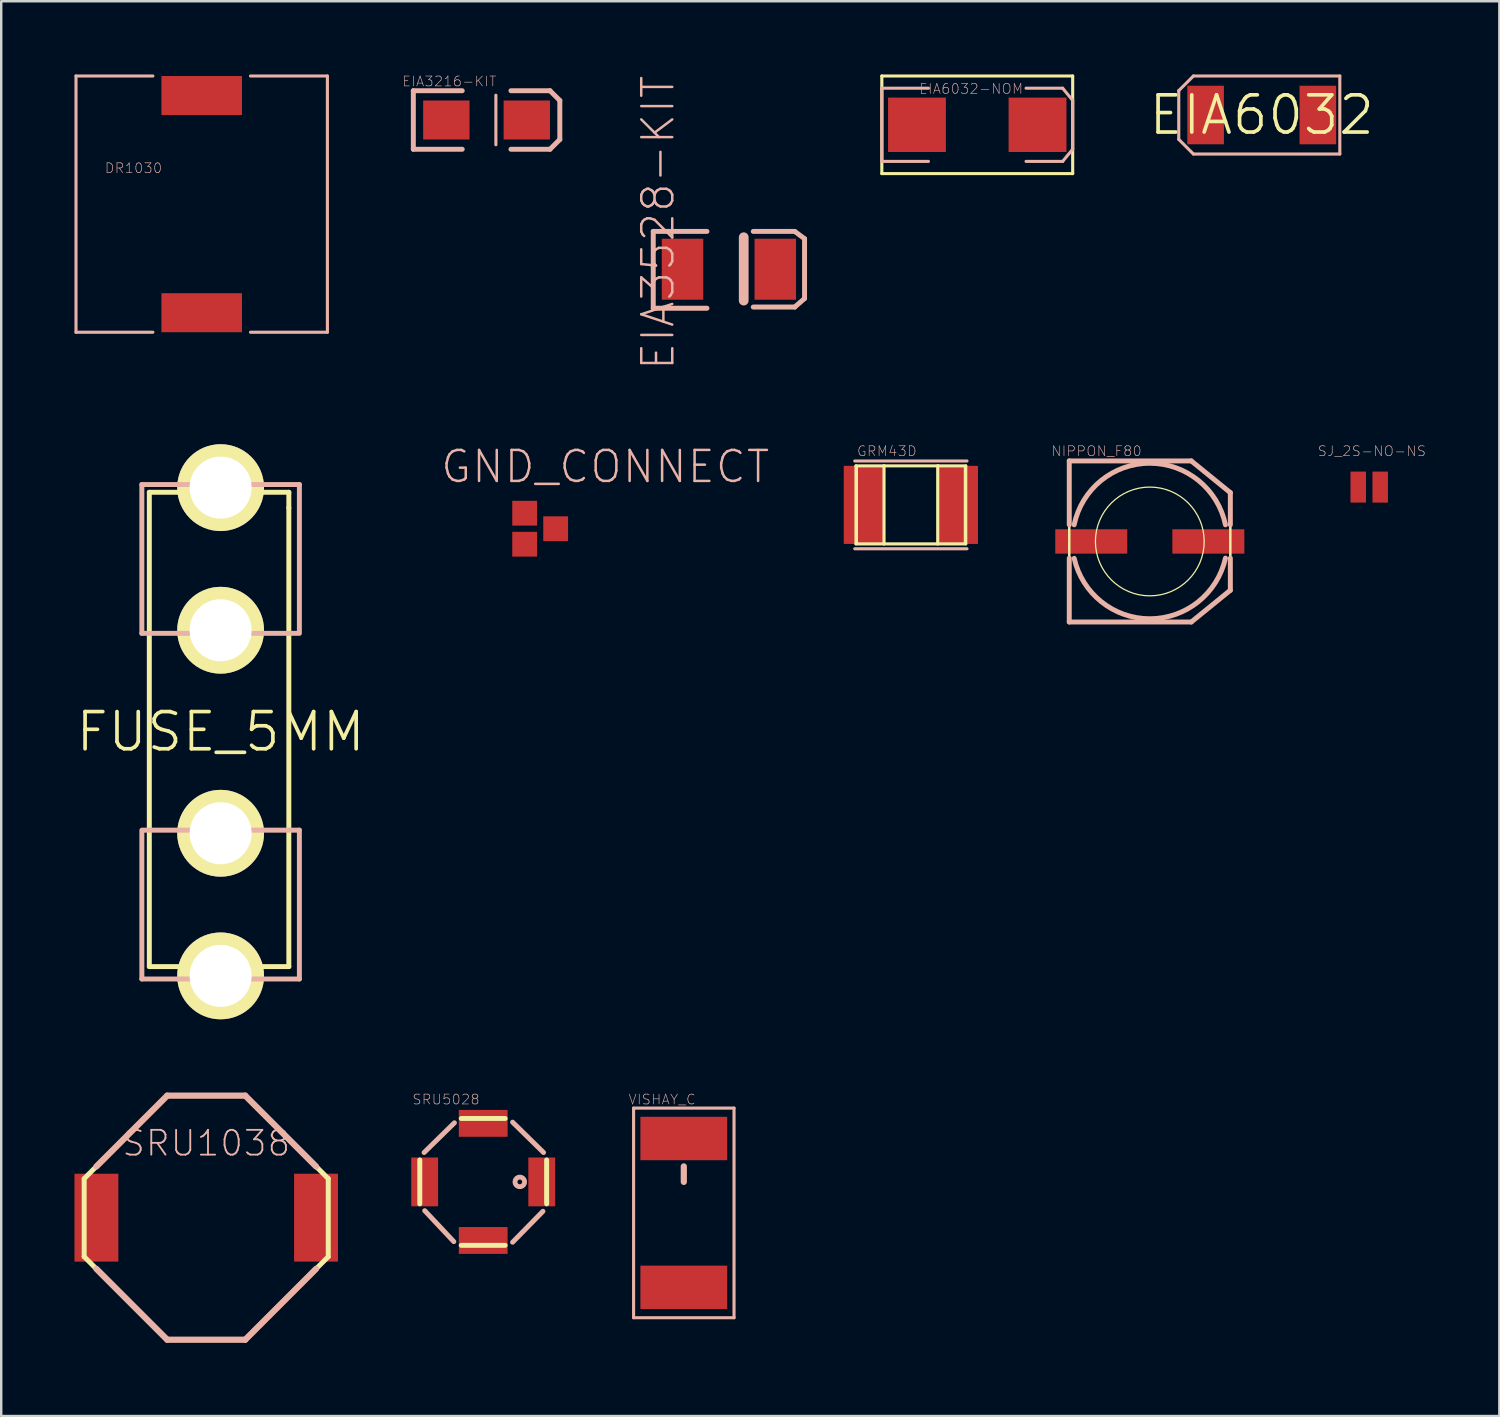
<source format=kicad_pcb>
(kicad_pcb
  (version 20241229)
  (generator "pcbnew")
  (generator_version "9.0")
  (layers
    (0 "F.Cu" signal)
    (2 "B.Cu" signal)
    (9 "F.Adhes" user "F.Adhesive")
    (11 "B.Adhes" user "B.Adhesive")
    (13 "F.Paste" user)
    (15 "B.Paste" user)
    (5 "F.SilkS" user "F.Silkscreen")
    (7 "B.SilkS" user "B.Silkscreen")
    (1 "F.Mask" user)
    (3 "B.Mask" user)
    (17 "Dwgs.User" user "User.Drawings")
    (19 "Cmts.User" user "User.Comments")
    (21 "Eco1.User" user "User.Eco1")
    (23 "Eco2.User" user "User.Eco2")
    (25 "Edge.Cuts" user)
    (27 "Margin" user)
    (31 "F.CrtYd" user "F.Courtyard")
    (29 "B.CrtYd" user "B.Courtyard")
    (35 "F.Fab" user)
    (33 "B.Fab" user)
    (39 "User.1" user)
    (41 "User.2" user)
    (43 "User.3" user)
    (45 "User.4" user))
  (footprint "DR1030"
    (layer "F.Cu")
    (at 5.212 5.311)
    (property "Reference" "DR1030" (at -2.794 -1.473 0) (layer "B.SilkS") (effects (font (size 0.406 0.406) (thickness 0.025))))
    (attr smd)
    (fp_line (start -5.149 -5.248) (end -1.999 -5.248) (stroke (width 0.127) (type solid)) (layer "B.SilkS"))
    (fp_line (start -5.149 5.248) (end -5.149 -5.248) (stroke (width 0.127) (type solid)) (layer "B.SilkS"))
    (fp_line (start -5.149 5.248) (end -1.999 5.248) (stroke (width 0.127) (type solid)) (layer "B.SilkS"))
    (fp_line (start 5.149 -5.248) (end 1.999 -5.248) (stroke (width 0.127) (type solid)) (layer "B.SilkS"))
    (fp_line (start 5.149 -5.248) (end 5.149 5.248) (stroke (width 0.127) (type solid)) (layer "B.SilkS"))
    (fp_line (start 5.149 5.248) (end 1.999 5.248) (stroke (width 0.127) (type solid)) (layer "B.SilkS"))
    (pad "1" smd rect (at 0 -4.448) (size 3.299 1.598) (layers "F.Cu" "F.Mask" "F.Paste"))
    (pad "2" smd rect (at 0 4.448) (size 3.299 1.598) (layers "F.Cu" "F.Mask" "F.Paste")))
  (footprint "GRM43D"
    (layer "F.Cu")
    (at 34.261 17.631)
    (property "Reference" "GRM43D" (at -0.983 -2.202 0) (layer "B.SilkS") (effects (font (size 0.406 0.406) (thickness 0.025))))
    (attr smd)
    (fp_line (start -2.248 -1.598) (end -2.248 1.598) (stroke (width 0.127) (type solid)) (layer "F.SilkS"))
    (fp_line (start -2.248 1.598) (end -1.1 1.598) (stroke (width 0.127) (type solid)) (layer "F.SilkS"))
    (fp_line (start -2.2 -1.598) (end -1.1 -1.598) (stroke (width 0.066) (type solid)) (layer "F.SilkS"))
    (fp_line (start -2.2 1.598) (end -2.2 -1.598) (stroke (width 0.066) (type solid)) (layer "F.SilkS"))
    (fp_line (start -2.2 1.598) (end -1.1 1.598) (stroke (width 0.066) (type solid)) (layer "F.SilkS"))
    (fp_line (start -1.1 -1.598) (end -2.248 -1.598) (stroke (width 0.127) (type solid)) (layer "F.SilkS"))
    (fp_line (start -1.1 -1.598) (end -1.1 1.598) (stroke (width 0.127) (type solid)) (layer "F.SilkS"))
    (fp_line (start -1.1 1.598) (end -1.1 -1.598) (stroke (width 0.066) (type solid)) (layer "F.SilkS"))
    (fp_line (start -1.1 1.598) (end 1.1 1.598) (stroke (width 0.127) (type solid)) (layer "F.SilkS"))
    (fp_line (start 1.1 -1.598) (end -1.1 -1.598) (stroke (width 0.127) (type solid)) (layer "F.SilkS"))
    (fp_line (start 1.1 -1.598) (end 1.1 1.598) (stroke (width 0.127) (type solid)) (layer "F.SilkS"))
    (fp_line (start 1.1 -1.598) (end 2.2 -1.598) (stroke (width 0.066) (type solid)) (layer "F.SilkS"))
    (fp_line (start 1.1 1.598) (end 1.1 -1.598) (stroke (width 0.066) (type solid)) (layer "F.SilkS"))
    (fp_line (start 1.1 1.598) (end 2.2 1.598) (stroke (width 0.066) (type solid)) (layer "F.SilkS"))
    (fp_line (start 1.1 1.598) (end 2.248 1.598) (stroke (width 0.127) (type solid)) (layer "F.SilkS"))
    (fp_line (start 2.2 1.598) (end 2.2 -1.598) (stroke (width 0.066) (type solid)) (layer "F.SilkS"))
    (fp_line (start 2.248 -1.598) (end 1.1 -1.598) (stroke (width 0.127) (type solid)) (layer "F.SilkS"))
    (fp_line (start 2.248 1.598) (end 2.248 -1.598) (stroke (width 0.127) (type solid)) (layer "F.SilkS"))
    (fp_line (start -2.299 -1.798) (end 2.299 -1.798) (stroke (width 0.127) (type solid)) (layer "B.SilkS"))
    (fp_line (start -2.299 1.798) (end 2.299 1.798) (stroke (width 0.127) (type solid)) (layer "B.SilkS"))
    (pad "A" smd rect (at 1.925 0 90) (size 3.198 1.648) (layers "F.Cu" "F.Mask" "F.Paste"))
    (pad "C" smd rect (at -1.925 0 90) (size 3.198 1.648) (layers "F.Cu" "F.Mask" "F.Paste")))
  (footprint "NIPPON_F80"
    (layer "F.Cu")
    (at 44.048 19.129)
    (property "Reference" "NIPPON_F80" (at -2.182 -3.701 0) (layer "B.SilkS") (effects (font (size 0.406 0.406) (thickness 0.025))))
    (attr smd)
    (fp_line (start -3.299 -3.299) (end -3.299 3.299) (stroke (width 0.102) (type solid)) (layer "F.SilkS"))
    (fp_line (start -3.299 -3.299) (end 1.699 -3.299) (stroke (width 0.102) (type solid)) (layer "F.SilkS"))
    (fp_line (start 1.699 -3.299) (end 3.299 -1.999) (stroke (width 0.102) (type solid)) (layer "F.SilkS"))
    (fp_line (start 1.699 3.299) (end -3.299 3.299) (stroke (width 0.102) (type solid)) (layer "F.SilkS"))
    (fp_line (start 3.299 -1.999) (end 3.299 1.999) (stroke (width 0.102) (type solid)) (layer "F.SilkS"))
    (fp_line (start 3.299 1.999) (end 1.699 3.299) (stroke (width 0.102) (type solid)) (layer "F.SilkS"))
    (fp_circle (center 0 0) (end -1.575 1.575) (stroke (width 0.051) (type solid)) (fill no) (layer "F.SilkS"))
    (fp_line (start -3.299 -3.299) (end -3.299 -0.683) (stroke (width 0.203) (type solid)) (layer "B.SilkS"))
    (fp_line (start -3.299 -3.299) (end 1.699 -3.299) (stroke (width 0.203) (type solid)) (layer "B.SilkS"))
    (fp_line (start -3.299 3.299) (end -3.299 0.683) (stroke (width 0.203) (type solid)) (layer "B.SilkS"))
    (fp_line (start 1.699 -3.299) (end 3.299 -1.999) (stroke (width 0.203) (type solid)) (layer "B.SilkS"))
    (fp_line (start 1.699 3.299) (end -3.299 3.299) (stroke (width 0.203) (type solid)) (layer "B.SilkS"))
    (fp_line (start 3.299 -1.999) (end 3.299 -0.683) (stroke (width 0.203) (type solid)) (layer "B.SilkS"))
    (fp_line (start 3.299 1.999) (end 1.699 3.299) (stroke (width 0.203) (type solid)) (layer "B.SilkS"))
    (fp_line (start 3.299 1.999) (end 3.299 0.683) (stroke (width 0.203) (type solid)) (layer "B.SilkS"))
    (fp_arc (start -3.0988 -0.68326) (mid 0.000596 -3.203348) (end 3.099043 -0.682093) (stroke (width 0.2032) (type solid)) (layer "B.SilkS"))
    (fp_arc (start 3.0988 0.68326) (mid 0.004512 3.167259) (end -3.096824 0.692064) (stroke (width 0.2032) (type solid)) (layer "B.SilkS"))
    (pad "+" smd rect (at 2.398 0) (size 2.949 0.998) (layers "F.Cu" "F.Mask" "F.Paste"))
    (pad "-" smd rect (at -2.398 0) (size 2.949 0.998) (layers "F.Cu" "F.Mask" "F.Paste")))
  (footprint "EIA6032"
    (layer "F.Cu")
    (at 48.633 1.661)
    (property "Reference" "EIA6032" (at 0 0 0) (layer "F.SilkS") (effects (font (size 1.524 1.524) (thickness 0.15))))
    (attr smd)
    (fp_line (start -3.399 -0.998) (end -3.399 0.998) (stroke (width 0.127) (type solid)) (layer "B.SilkS"))
    (fp_line (start -2.799 -1.598) (end -3.399 -0.998) (stroke (width 0.127) (type solid)) (layer "B.SilkS"))
    (fp_line (start -2.799 1.598) (end -3.399 0.998) (stroke (width 0.127) (type solid)) (layer "B.SilkS"))
    (fp_line (start -2.799 1.598) (end 3.198 1.598) (stroke (width 0.127) (type solid)) (layer "B.SilkS"))
    (fp_line (start 3.198 -1.598) (end -2.799 -1.598) (stroke (width 0.127) (type solid)) (layer "B.SilkS"))
    (fp_line (start 3.198 1.598) (end 3.198 -1.598) (stroke (width 0.127) (type solid)) (layer "B.SilkS"))
    (pad "P$1" smd rect (at -2.299 0) (size 1.499 2.398) (layers "F.Cu" "F.Mask" "F.Paste"))
    (pad "P$2" smd rect (at 2.299 0) (size 1.499 2.398) (layers "F.Cu" "F.Mask" "F.Paste")))
  (footprint "EIA3528-KIT"
    (layer "F.Cu")
    (at 26.807 7.978)
    (property "Reference" "EIA3528-KIT" (at -2.903 -1.905 90) (layer "B.SilkS") (effects (font (size 1.27 1.27) (thickness 0.102))))
    (attr smd)
    (fp_line (start -3.099 -1.549) (end -0.899 -1.549) (stroke (width 0.203) (type solid)) (layer "B.SilkS"))
    (fp_line (start -3.099 1.598) (end -3.099 -1.549) (stroke (width 0.203) (type solid)) (layer "B.SilkS"))
    (fp_line (start -0.899 1.598) (end -3.099 1.598) (stroke (width 0.203) (type solid)) (layer "B.SilkS"))
    (fp_line (start 0.607 -1.311) (end 0.607 1.285) (stroke (width 0.399) (type solid)) (layer "B.SilkS"))
    (fp_line (start 0.998 1.549) (end 2.697 1.549) (stroke (width 0.203) (type solid)) (layer "B.SilkS"))
    (fp_line (start 2.697 -1.549) (end 0.998 -1.549) (stroke (width 0.203) (type solid)) (layer "B.SilkS"))
    (fp_line (start 2.697 1.549) (end 3.099 1.199) (stroke (width 0.203) (type solid)) (layer "B.SilkS"))
    (fp_line (start 3.099 -1.25) (end 2.697 -1.549) (stroke (width 0.203) (type solid)) (layer "B.SilkS"))
    (fp_line (start 3.099 1.199) (end 3.099 -1.25) (stroke (width 0.203) (type solid)) (layer "B.SilkS"))
    (pad "A" smd rect (at 1.9 0) (size 1.699 2.499) (layers "F.Cu" "F.Mask" "F.Paste"))
    (pad "C" smd rect (at -1.9 0) (size 1.699 2.499) (layers "F.Cu" "F.Mask" "F.Paste")))
  (footprint "GND_CONNECT"
    (layer "F.Cu")
    (at 19.457 17.972)
    (property "Reference" "GND_CONNECT" (at 2.286 -1.905 0) (layer "B.SilkS") (effects (font (size 1.27 1.27) (thickness 0.102))))
    (attr smd)
    (pad "1" smd rect (at -1.016 0) (size 1.016 1.016) (layers "F.Cu" "F.Mask" "F.Paste"))
    (pad "2" smd rect (at -1.016 1.27) (size 1.016 1.016) (layers "F.Cu" "F.Mask" "F.Paste"))
    (pad "3" smd rect (at 0.254 0.635) (size 1.016 1.016) (layers "F.Cu" "F.Mask" "F.Paste")))
  (footprint "EIA6032-NOM"
    (layer "F.Cu")
    (at 36.98 2.062)
    (property "Reference" "EIA6032-NOM" (at -0.254 -1.473 0) (layer "B.SilkS") (effects (font (size 0.406 0.406) (thickness 0.025))))
    (attr smd)
    (fp_line (start -3.909 -1.999) (end 3.909 -1.999) (stroke (width 0.127) (type solid)) (layer "F.SilkS"))
    (fp_line (start -3.909 1.999) (end -3.909 -1.999) (stroke (width 0.127) (type solid)) (layer "F.SilkS"))
    (fp_line (start 3.909 -1.999) (end 3.909 1.999) (stroke (width 0.127) (type solid)) (layer "F.SilkS"))
    (fp_line (start 3.909 1.999) (end -3.909 1.999) (stroke (width 0.127) (type solid)) (layer "F.SilkS"))
    (fp_line (start -3.909 -1.499) (end -3.909 1.499) (stroke (width 0.127) (type solid)) (layer "B.SilkS"))
    (fp_line (start -3.909 -1.499) (end -1.999 -1.499) (stroke (width 0.127) (type solid)) (layer "B.SilkS"))
    (fp_line (start -3.909 1.499) (end -1.999 1.499) (stroke (width 0.127) (type solid)) (layer "B.SilkS"))
    (fp_line (start 1.999 -1.499) (end 3.498 -1.499) (stroke (width 0.127) (type solid)) (layer "B.SilkS"))
    (fp_line (start 3.498 -1.499) (end 3.909 -0.998) (stroke (width 0.127) (type solid)) (layer "B.SilkS"))
    (fp_line (start 3.498 1.499) (end 1.999 1.499) (stroke (width 0.127) (type solid)) (layer "B.SilkS"))
    (fp_line (start 3.909 -0.998) (end 3.909 0.998) (stroke (width 0.127) (type solid)) (layer "B.SilkS"))
    (fp_line (start 3.909 0.998) (end 3.498 1.499) (stroke (width 0.127) (type solid)) (layer "B.SilkS"))
    (pad "A" smd rect (at 2.469 0 180) (size 2.37 2.228) (layers "F.Cu" "F.Mask" "F.Paste"))
    (pad "C" smd rect (at -2.469 0 180) (size 2.37 2.228) (layers "F.Cu" "F.Mask" "F.Paste")))
  (footprint "VISHAY_C"
    (layer "F.Cu")
    (at 24.96 46.633)
    (property "Reference" "VISHAY_C" (at -0.889 -4.648 0) (layer "B.SilkS") (effects (font (size 0.406 0.406) (thickness 0.025))))
    (attr smd)
    (fp_line (start -2.057 -4.293) (end -2.057 4.293) (stroke (width 0.127) (type solid)) (layer "B.SilkS"))
    (fp_line (start -2.057 4.293) (end 2.057 4.293) (stroke (width 0.127) (type solid)) (layer "B.SilkS"))
    (fp_line (start 0 -1.27) (end 0 -1.905) (stroke (width 0.254) (type solid)) (layer "B.SilkS"))
    (fp_line (start 2.057 -4.293) (end -2.057 -4.293) (stroke (width 0.127) (type solid)) (layer "B.SilkS"))
    (fp_line (start 2.057 4.293) (end 2.057 -4.293) (stroke (width 0.127) (type solid)) (layer "B.SilkS"))
    (pad "+" smd rect (at 0 -3.048) (size 3.556 1.778) (layers "F.Cu" "F.Mask" "F.Paste"))
    (pad "-" smd rect (at 0 3.048) (size 3.556 1.778) (layers "F.Cu" "F.Mask" "F.Paste")))
  (footprint "FUSE_5MM"
    (layer "F.Cu")
    (at 5.987 26.924)
    (property "Reference" "FUSE_5MM" (at 0 0 0) (layer "F.SilkS") (effects (font (size 1.524 1.524) (thickness 0.15))))
    (attr exclude_from_pos_files exclude_from_bom)
    (fp_line (start -2.921 -9.809) (end -2.921 9.619) (stroke (width 0.203) (type solid)) (layer "F.SilkS"))
    (fp_line (start -2.921 9.619) (end 0.254 9.619) (stroke (width 0.203) (type solid)) (layer "F.SilkS"))
    (fp_line (start 0.254 9.619) (end 2.794 9.619) (stroke (width 0.203) (type solid)) (layer "F.SilkS"))
    (fp_line (start 2.794 -9.809) (end -2.921 -9.809) (stroke (width 0.203) (type solid)) (layer "F.SilkS"))
    (fp_line (start 2.794 -9.174) (end 2.794 -9.809) (stroke (width 0.203) (type solid)) (layer "F.SilkS"))
    (fp_line (start 2.794 9.619) (end 2.794 -9.174) (stroke (width 0.203) (type solid)) (layer "F.SilkS"))
    (fp_line (start -3.226 -10.127) (end -3.226 -4.031) (stroke (width 0.203) (type solid)) (layer "B.SilkS"))
    (fp_line (start -3.226 -4.031) (end 3.226 -4.031) (stroke (width 0.203) (type solid)) (layer "B.SilkS"))
    (fp_line (start -3.226 10.127) (end -3.226 4.107) (stroke (width 0.203) (type solid)) (layer "B.SilkS"))
    (fp_line (start -3.226 10.127) (end 3.226 10.127) (stroke (width 0.203) (type solid)) (layer "B.SilkS"))
    (fp_line (start 3.226 -10.127) (end -3.226 -10.127) (stroke (width 0.203) (type solid)) (layer "B.SilkS"))
    (fp_line (start 3.226 -10.127) (end 3.226 -4.107) (stroke (width 0.203) (type solid)) (layer "B.SilkS"))
    (fp_line (start 3.226 4.031) (end -3.226 4.031) (stroke (width 0.203) (type solid)) (layer "B.SilkS"))
    (fp_line (start 3.226 10.127) (end 3.226 4.031) (stroke (width 0.203) (type solid)) (layer "B.SilkS"))
    (pad "1" thru_hole circle (at 0 10) (size 3.556 3.556) (drill 2.54) (layers "*.Cu" "F.Mask" "F.SilkS" "F.Paste"))
    (pad "2" thru_hole circle (at 0 4.158) (size 3.556 3.556) (drill 2.54) (layers "*.Cu" "F.Mask" "F.SilkS" "F.Paste"))
    (pad "3" thru_hole circle (at 0 -4.158) (size 3.556 3.556) (drill 2.54) (layers "*.Cu" "F.Mask" "F.SilkS" "F.Paste"))
    (pad "4" thru_hole circle (at 0 -10) (size 3.556 3.556) (drill 2.54) (layers "*.Cu" "F.Mask" "F.SilkS" "F.Paste")))
  (footprint "SRU5028"
    (layer "F.Cu")
    (at 16.743 45.363)
    (property "Reference" "SRU5028" (at -1.524 -3.378 0) (layer "B.SilkS") (effects (font (size 0.406 0.406) (thickness 0.025))))
    (attr smd)
    (fp_line (start -2.598 -0.899) (end -2.598 0.899) (stroke (width 0.203) (type solid)) (layer "F.SilkS"))
    (fp_line (start -0.899 2.598) (end 0.899 2.598) (stroke (width 0.203) (type solid)) (layer "F.SilkS"))
    (fp_line (start 0.899 -2.598) (end -0.899 -2.598) (stroke (width 0.203) (type solid)) (layer "F.SilkS"))
    (fp_line (start 2.598 0.899) (end 2.598 -0.899) (stroke (width 0.203) (type solid)) (layer "F.SilkS"))
    (fp_line (start -2.395 1.179) (end -1.204 2.446) (stroke (width 0.203) (type solid)) (layer "B.SilkS"))
    (fp_line (start -1.179 -2.421) (end -2.421 -1.204) (stroke (width 0.203) (type solid)) (layer "B.SilkS"))
    (fp_line (start 1.204 2.471) (end 2.446 1.204) (stroke (width 0.203) (type solid)) (layer "B.SilkS"))
    (fp_line (start 2.471 -1.204) (end 1.204 -2.446) (stroke (width 0.203) (type solid)) (layer "B.SilkS"))
    (fp_circle (center 1.499 0) (end 1.567 0.069) (stroke (width 0.198) (type solid)) (fill no) (layer "B.SilkS"))
    (pad "1" smd rect (at 2.398 0 90) (size 1.999 1.1) (layers "F.Cu" "F.Mask" "F.Paste"))
    (pad "2" smd rect (at -2.398 0 90) (size 1.999 1.1) (layers "F.Cu" "F.Mask" "F.Paste"))
    (pad "P$1" smd rect (at 0 -2.398) (size 1.999 1.1) (layers "F.Cu" "F.Mask" "F.Paste"))
    (pad "P$2" smd rect (at 0 2.398) (size 1.999 1.1) (layers "F.Cu" "F.Mask" "F.Paste")))
  (footprint "SRU1038"
    (layer "F.Cu")
    (at 5.397 46.828)
    (property "Reference" "SRU1038" (at 0 -3.048 0) (layer "B.SilkS") (effects (font (size 1.016 1.016) (thickness 0.076))))
    (attr smd)
    (fp_line (start -4.999 -1.598) (end -1.598 -4.999) (stroke (width 0.203) (type solid)) (layer "F.SilkS"))
    (fp_line (start -4.999 1.598) (end -4.999 -1.598) (stroke (width 0.203) (type solid)) (layer "F.SilkS"))
    (fp_line (start -1.598 -4.999) (end 1.598 -4.999) (stroke (width 0.203) (type solid)) (layer "F.SilkS"))
    (fp_line (start -1.598 4.999) (end -4.999 1.598) (stroke (width 0.203) (type solid)) (layer "F.SilkS"))
    (fp_line (start 1.598 -4.999) (end 4.999 -1.598) (stroke (width 0.203) (type solid)) (layer "F.SilkS"))
    (fp_line (start 1.598 4.999) (end -1.598 4.999) (stroke (width 0.203) (type solid)) (layer "F.SilkS"))
    (fp_line (start 4.999 -1.598) (end 4.999 1.598) (stroke (width 0.203) (type solid)) (layer "F.SilkS"))
    (fp_line (start 4.999 1.598) (end 1.598 4.999) (stroke (width 0.203) (type solid)) (layer "F.SilkS"))
    (fp_line (start -4.498 -2.098) (end -1.598 -4.999) (stroke (width 0.254) (type solid)) (layer "B.SilkS"))
    (fp_line (start -4.498 2.098) (end -1.598 4.999) (stroke (width 0.254) (type solid)) (layer "B.SilkS"))
    (fp_line (start -1.598 -4.999) (end 1.598 -4.999) (stroke (width 0.254) (type solid)) (layer "B.SilkS"))
    (fp_line (start 1.598 -4.999) (end 4.498 -2.098) (stroke (width 0.254) (type solid)) (layer "B.SilkS"))
    (fp_line (start 1.598 4.999) (end -1.598 4.999) (stroke (width 0.254) (type solid)) (layer "B.SilkS"))
    (fp_line (start 1.598 4.999) (end 4.498 2.098) (stroke (width 0.254) (type solid)) (layer "B.SilkS"))
    (pad "1" smd rect (at -4.498 0) (size 1.798 3.599) (layers "F.Cu" "F.Mask" "F.Paste"))
    (pad "2" smd rect (at 4.498 0) (size 1.798 3.599) (layers "F.Cu" "F.Mask" "F.Paste")))
  (footprint "SJ_2S-NO-NS"
    (layer "F.Cu")
    (at 53.036 16.902)
    (property "Reference" "SJ_2S-NO-NS" (at 0.107 -1.473 0) (layer "B.SilkS") (effects (font (size 0.406 0.406) (thickness 0.025))))
    (attr smd)
    (pad "1" smd rect (at -0.45 0) (size 0.635 1.27) (layers "F.Cu" "F.Mask" "F.Paste"))
    (pad "2" smd rect (at 0.45 0) (size 0.635 1.27) (layers "F.Cu" "F.Mask" "F.Paste")))
  (footprint "EIA3216-KIT"
    (layer "F.Cu")
    (at 16.881 1.865)
    (property "Reference" "EIA3216-KIT" (at -1.524 -1.582 0) (layer "B.SilkS") (effects (font (size 0.406 0.406) (thickness 0.025))))
    (attr smd)
    (fp_line (start -3 -1.199) (end -0.998 -1.199) (stroke (width 0.203) (type solid)) (layer "B.SilkS"))
    (fp_line (start -3 1.199) (end -3 -1.199) (stroke (width 0.203) (type solid)) (layer "B.SilkS"))
    (fp_line (start -0.998 1.199) (end -3 1.199) (stroke (width 0.203) (type solid)) (layer "B.SilkS"))
    (fp_line (start 0.381 -1.016) (end 0.381 1.016) (stroke (width 0.127) (type solid)) (layer "B.SilkS"))
    (fp_line (start 0.998 1.199) (end 2.598 1.199) (stroke (width 0.203) (type solid)) (layer "B.SilkS"))
    (fp_line (start 2.598 -1.199) (end 0.998 -1.199) (stroke (width 0.203) (type solid)) (layer "B.SilkS"))
    (fp_line (start 2.598 1.199) (end 3 0.798) (stroke (width 0.203) (type solid)) (layer "B.SilkS"))
    (fp_line (start 3 -0.798) (end 2.598 -1.199) (stroke (width 0.203) (type solid)) (layer "B.SilkS"))
    (fp_line (start 3 0.798) (end 3 -0.798) (stroke (width 0.203) (type solid)) (layer "B.SilkS"))
    (pad "A" smd rect (at 1.648 0) (size 1.9 1.598) (layers "F.Cu" "F.Mask" "F.Paste"))
    (pad "C" smd rect (at -1.648 0) (size 1.9 1.598) (layers "F.Cu" "F.Mask" "F.Paste")))
  (gr_rect
    (start -3 -3)
    (end 58.366 54.953)
    (stroke (width 0.1) (type default))
    (fill no)
    (layer "Edge.Cuts")))
</source>
